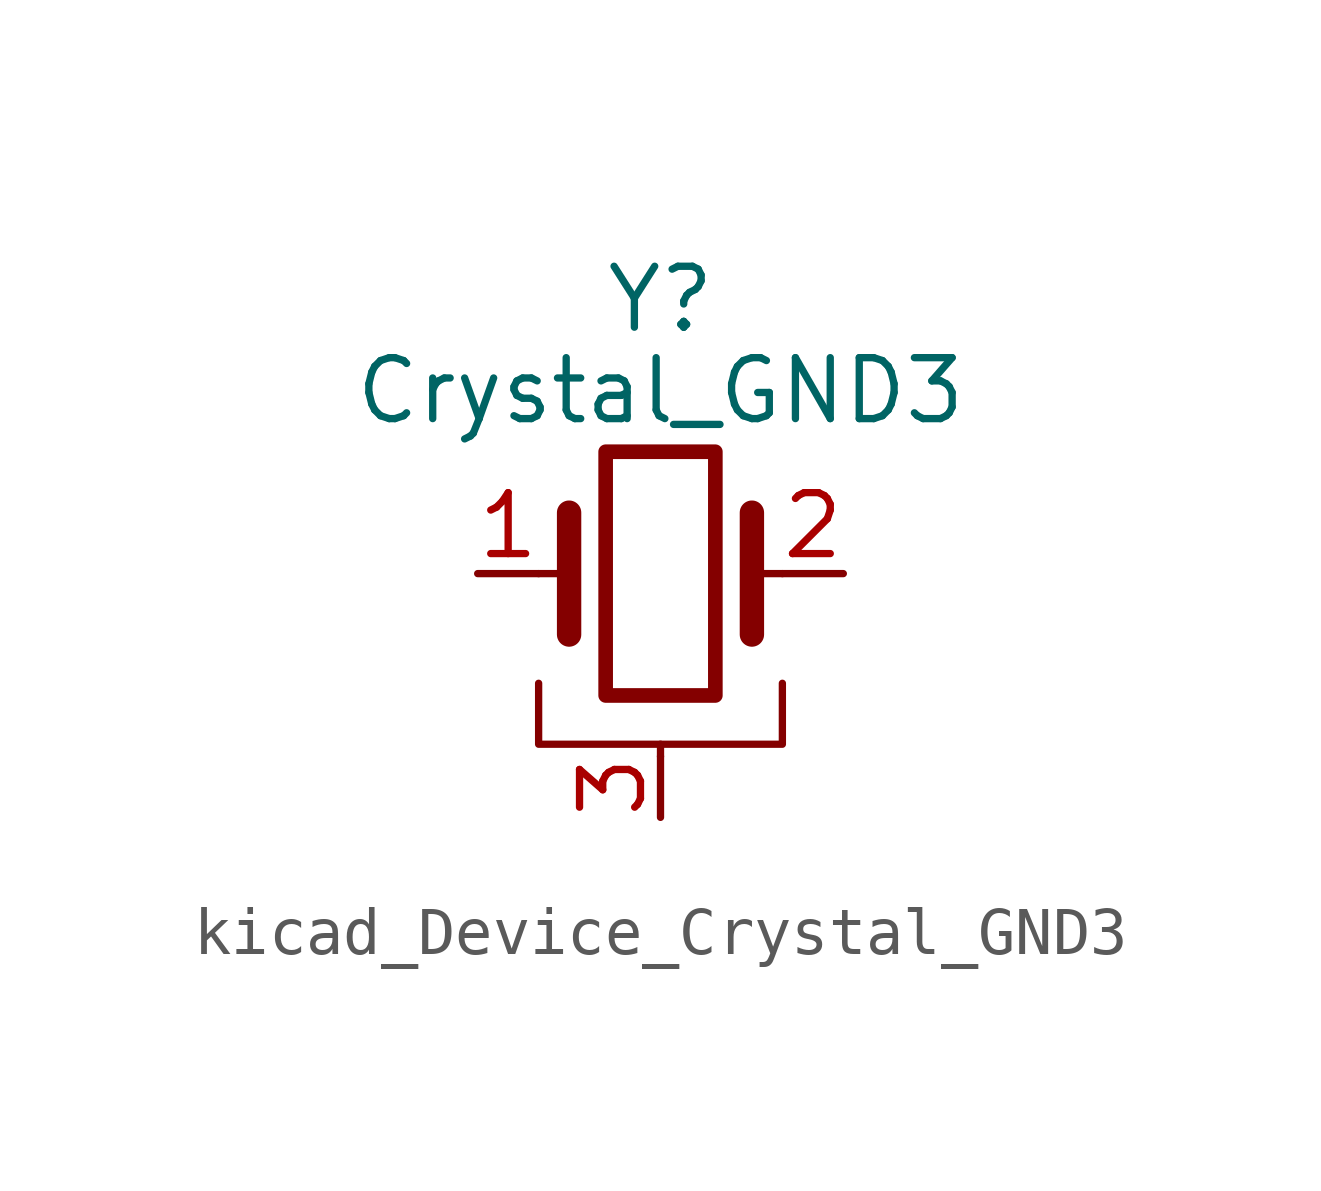
<source format=kicad_sym>
(kicad_symbol_lib
  (version 20220914)
  (generator kicad_symbol_editor)
  (symbol "kicad_Device_Crystal_GND3"
    (pin_names
      (offset 1.016) hide)
    (property "Reference" "Y"
      (at 0 5.715 0)
      (effects (font (size 1.27 1.27))))
    (property "Value" "Crystal_GND3"
      (at 0 3.81 0)
      (effects (font (size 1.27 1.27))))
    (symbol "kicad_Device_Crystal_GND3_0_1"
      (rectangle (start -1.143 2.54) (end 1.143 -2.54) (stroke (width 0.305) (type default)) (fill (type none)))
      (polyline (pts (xy -2.54 0) (xy -1.905 0)) (stroke (width 0) (type default)) (fill (type none)))
      (polyline (pts (xy -1.905 -1.27) (xy -1.905 1.27)) (stroke (width 0.508) (type default)) (fill (type none)))
      (polyline (pts (xy 0 -3.81) (xy 0 -3.556)) (stroke (width 0) (type default)) (fill (type none)))
      (polyline (pts (xy 1.905 0) (xy 2.54 0)) (stroke (width 0) (type default)) (fill (type none)))
      (polyline (pts (xy 1.905 1.27) (xy 1.905 -1.27)) (stroke (width 0.508) (type default)) (fill (type none)))
      (polyline (pts (xy -2.54 -2.286) (xy -2.54 -3.556) (xy 2.54 -3.556) (xy 2.54 -2.286)) (stroke (width 0) (type default)) (fill (type none))))
    (symbol "kicad_Device_Crystal_GND3_1_1"
      (pin passive line (at -3.81 0 0) (length 1.27) (name "1" (effects (font (size 1.27 1.27)))) (number "1" (effects (font (size 1.27 1.27)))))
      (pin passive line (at 3.81 0 180) (length 1.27) (name "2" (effects (font (size 1.27 1.27)))) (number "2" (effects (font (size 1.27 1.27)))))
      (pin passive line (at 0 -5.08 90) (length 1.27) (name "3" (effects (font (size 1.27 1.27)))) (number "3" (effects (font (size 1.27 1.27))))))))
</source>
